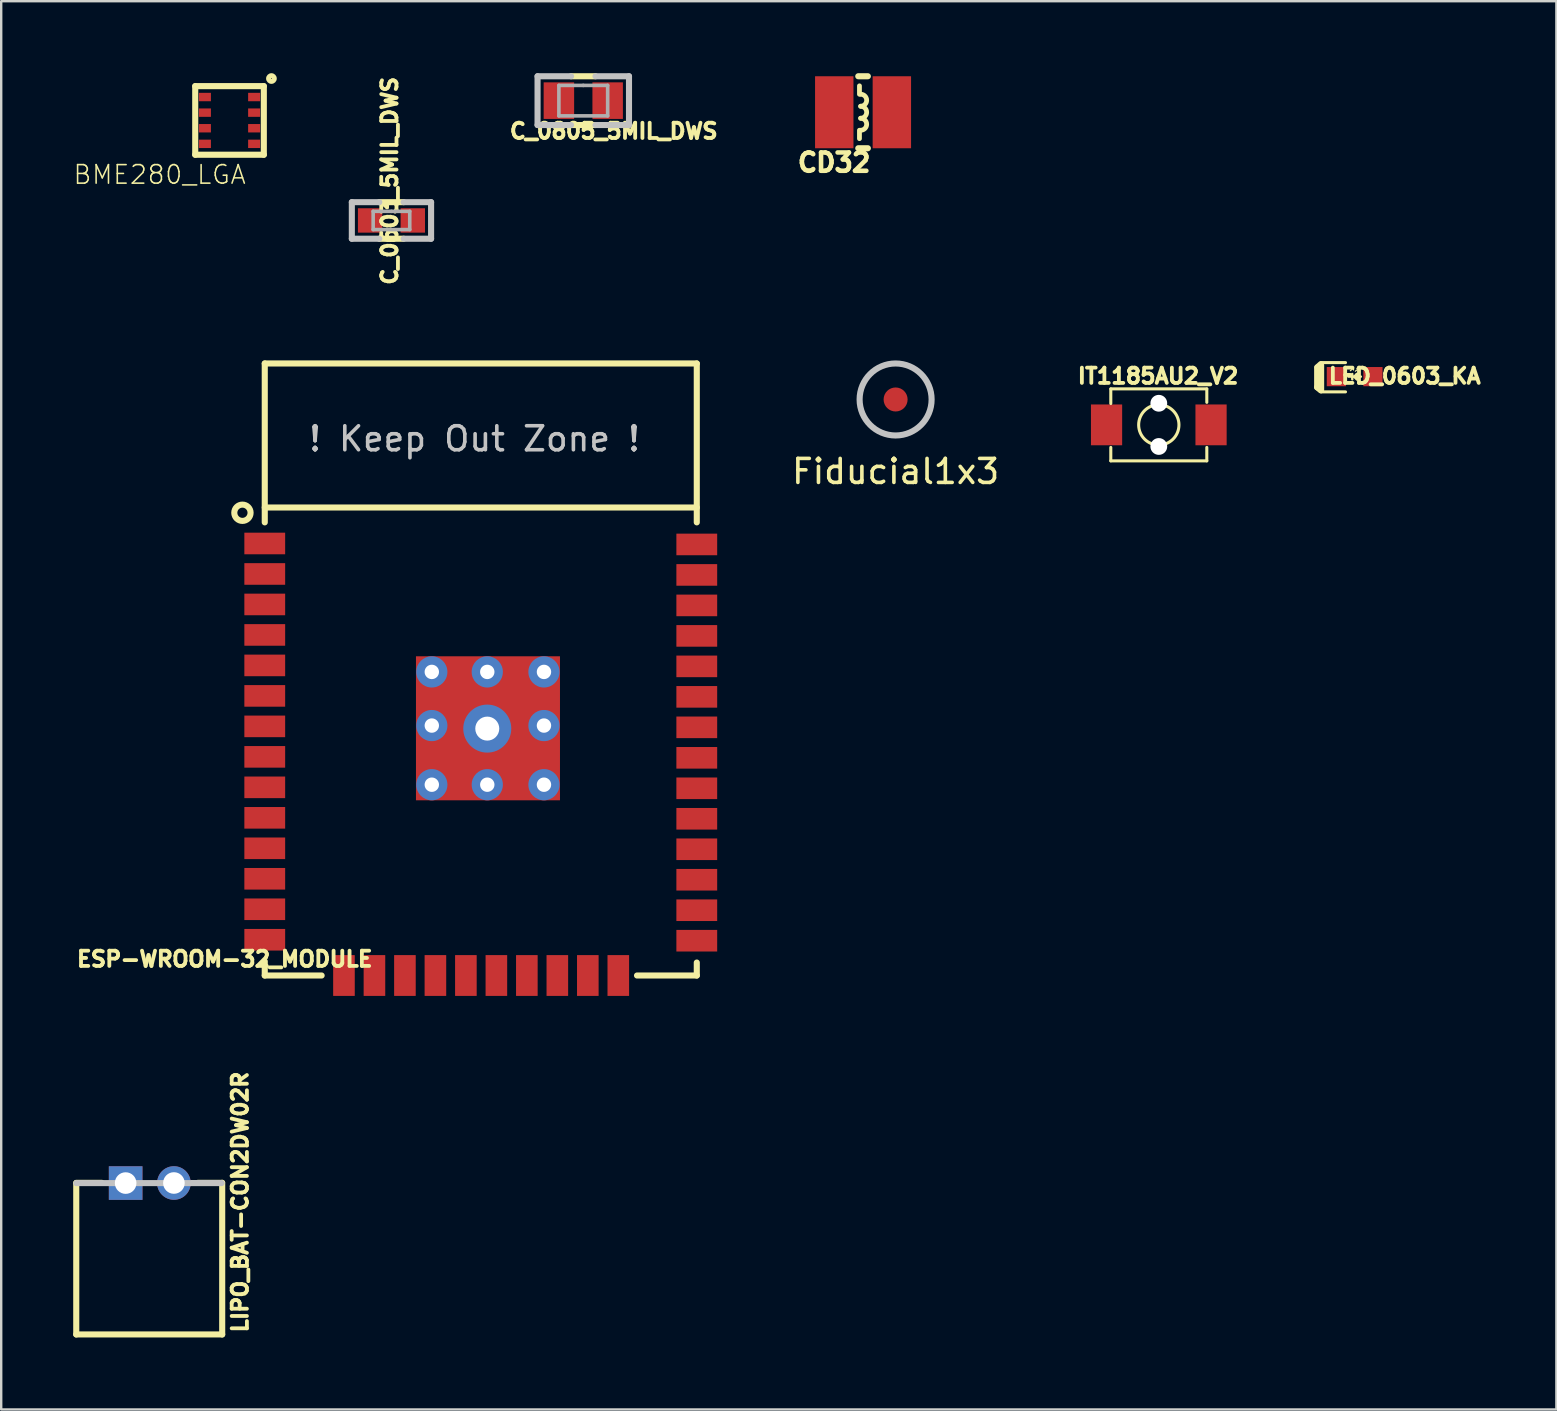
<source format=kicad_pcb>
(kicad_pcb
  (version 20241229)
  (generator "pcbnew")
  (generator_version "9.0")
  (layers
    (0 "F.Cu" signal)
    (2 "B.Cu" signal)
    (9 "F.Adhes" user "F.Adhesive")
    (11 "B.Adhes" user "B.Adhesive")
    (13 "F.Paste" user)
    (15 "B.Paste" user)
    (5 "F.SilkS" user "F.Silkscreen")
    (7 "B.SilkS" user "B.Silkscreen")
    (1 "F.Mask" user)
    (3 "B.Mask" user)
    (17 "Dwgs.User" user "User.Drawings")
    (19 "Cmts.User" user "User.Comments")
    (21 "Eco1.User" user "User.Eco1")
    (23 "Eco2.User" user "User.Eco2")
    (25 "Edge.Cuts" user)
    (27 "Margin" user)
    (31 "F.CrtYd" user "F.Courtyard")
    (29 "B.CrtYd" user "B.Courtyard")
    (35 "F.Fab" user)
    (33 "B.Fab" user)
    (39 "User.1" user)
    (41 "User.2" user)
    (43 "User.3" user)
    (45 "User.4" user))
  (footprint "ESP-WROOM-32_MODULE"
    (layer "F.Cu")
    (at 16.981 24.844)
    (property "Reference" "ESP-WROOM-32_MODULE" (at -10.668 12.065 180) (layer "F.SilkS") (effects (font (size 0.635 0.635) (thickness 0.159))))
    (attr through_hole)
    (fp_line (start -9 -12.75) (end -9 -6.13) (stroke (width 0.254) (type solid)) (layer "F.SilkS"))
    (fp_line (start -9 -12.75) (end 9 -12.75) (stroke (width 0.254) (type solid)) (layer "F.SilkS"))
    (fp_line (start -9 -6.75) (end 9 -6.75) (stroke (width 0.254) (type solid)) (layer "F.SilkS"))
    (fp_line (start -9 12.75) (end -9 12.16) (stroke (width 0.254) (type solid)) (layer "F.SilkS"))
    (fp_line (start -9 12.75) (end -6.63 12.75) (stroke (width 0.254) (type solid)) (layer "F.SilkS"))
    (fp_line (start 9 -12.75) (end 9 -6.13) (stroke (width 0.254) (type solid)) (layer "F.SilkS"))
    (fp_line (start 9 12.75) (end 6.51 12.75) (stroke (width 0.254) (type solid)) (layer "F.SilkS"))
    (fp_line (start 9 12.75) (end 9 12.21) (stroke (width 0.254) (type solid)) (layer "F.SilkS"))
    (fp_circle (center -9.93 -6.53) (end -9.69 -6.77) (stroke (width 0.254) (type solid)) (fill no) (layer "F.SilkS"))
    (fp_text user "! Keep Out Zone !" (at -0.26 -9.61 0) (layer "Dwgs.User") (effects (font (size 1 1) (thickness 0.15))))
    (pad "" smd rect (at -0.999 1.066) (size 1.4 1.4) (layers "F.Paste"))
    (pad "" smd rect (at -0.974 3.733) (size 1.4 1.4) (layers "F.Paste"))
    (pad "" smd rect (at 1.541 1.066) (size 1.4 1.4) (layers "F.Paste"))
    (pad "" smd rect (at 1.566 3.733) (size 1.4 1.4) (layers "F.Paste"))
    (pad "1" smd rect (at -9 -5.25) (size 1.7 0.9) (layers "F.Cu" "F.Mask" "F.Paste"))
    (pad "2" smd rect (at -9 -3.98) (size 1.7 0.9) (layers "F.Cu" "F.Mask" "F.Paste"))
    (pad "3" smd rect (at -9 -2.71) (size 1.7 0.9) (layers "F.Cu" "F.Mask" "F.Paste"))
    (pad "4" smd rect (at -9 -1.44) (size 1.7 0.9) (layers "F.Cu" "F.Mask" "F.Paste"))
    (pad "5" smd rect (at -9 -0.17) (size 1.7 0.9) (layers "F.Cu" "F.Mask" "F.Paste"))
    (pad "6" smd rect (at -9 1.1) (size 1.7 0.9) (layers "F.Cu" "F.Mask" "F.Paste"))
    (pad "7" smd rect (at -9 2.37) (size 1.7 0.9) (layers "F.Cu" "F.Mask" "F.Paste"))
    (pad "8" smd rect (at -9 3.64) (size 1.7 0.9) (layers "F.Cu" "F.Mask" "F.Paste"))
    (pad "9" smd rect (at -9 4.91) (size 1.7 0.9) (layers "F.Cu" "F.Mask" "F.Paste"))
    (pad "10" smd rect (at -9 6.18) (size 1.7 0.9) (layers "F.Cu" "F.Mask" "F.Paste"))
    (pad "11" smd rect (at -9 7.45) (size 1.7 0.9) (layers "F.Cu" "F.Mask" "F.Paste"))
    (pad "12" smd rect (at -9 8.72) (size 1.7 0.9) (layers "F.Cu" "F.Mask" "F.Paste"))
    (pad "13" smd rect (at -9 9.99) (size 1.7 0.9) (layers "F.Cu" "F.Mask" "F.Paste"))
    (pad "14" smd rect (at -9 11.26) (size 1.7 0.9) (layers "F.Cu" "F.Mask" "F.Paste"))
    (pad "15" smd rect (at -5.7 12.75) (size 0.9 1.7) (layers "F.Cu" "F.Mask" "F.Paste"))
    (pad "16" smd rect (at -4.43 12.75) (size 0.9 1.7) (layers "F.Cu" "F.Mask" "F.Paste"))
    (pad "17" smd rect (at -3.16 12.75) (size 0.9 1.7) (layers "F.Cu" "F.Mask" "F.Paste"))
    (pad "18" smd rect (at -1.89 12.75) (size 0.9 1.7) (layers "F.Cu" "F.Mask" "F.Paste"))
    (pad "19" smd rect (at -0.62 12.75) (size 0.9 1.7) (layers "F.Cu" "F.Mask" "F.Paste"))
    (pad "20" smd rect (at 0.65 12.75) (size 0.9 1.7) (layers "F.Cu" "F.Mask" "F.Paste"))
    (pad "21" smd rect (at 1.92 12.75) (size 0.9 1.7) (layers "F.Cu" "F.Mask" "F.Paste"))
    (pad "22" smd rect (at 3.19 12.75) (size 0.9 1.7) (layers "F.Cu" "F.Mask" "F.Paste"))
    (pad "23" smd rect (at 4.46 12.75) (size 0.9 1.7) (layers "F.Cu" "F.Mask" "F.Paste"))
    (pad "24" smd rect (at 5.73 12.75) (size 0.9 1.7) (layers "F.Cu" "F.Mask" "F.Paste"))
    (pad "25" smd rect (at 9 11.3) (size 1.7 0.9) (layers "F.Cu" "F.Mask" "F.Paste"))
    (pad "26" smd rect (at 9 10.03) (size 1.7 0.9) (layers "F.Cu" "F.Mask" "F.Paste"))
    (pad "27" smd rect (at 9 8.76) (size 1.7 0.9) (layers "F.Cu" "F.Mask" "F.Paste"))
    (pad "28" smd rect (at 9 7.49) (size 1.7 0.9) (layers "F.Cu" "F.Mask" "F.Paste"))
    (pad "29" smd rect (at 9 6.22) (size 1.7 0.9) (layers "F.Cu" "F.Mask" "F.Paste"))
    (pad "30" smd rect (at 9 4.95) (size 1.7 0.9) (layers "F.Cu" "F.Mask" "F.Paste"))
    (pad "31" smd rect (at 9 3.68) (size 1.7 0.9) (layers "F.Cu" "F.Mask" "F.Paste"))
    (pad "32" smd rect (at 9 2.41) (size 1.7 0.9) (layers "F.Cu" "F.Mask" "F.Paste"))
    (pad "33" smd rect (at 9 1.14) (size 1.7 0.9) (layers "F.Cu" "F.Mask" "F.Paste"))
    (pad "34" smd rect (at 9 -0.13) (size 1.7 0.9) (layers "F.Cu" "F.Mask" "F.Paste"))
    (pad "35" smd rect (at 9 -1.4) (size 1.7 0.9) (layers "F.Cu" "F.Mask" "F.Paste"))
    (pad "36" smd rect (at 9 -2.67) (size 1.7 0.9) (layers "F.Cu" "F.Mask" "F.Paste"))
    (pad "37" smd rect (at 9 -3.94) (size 1.7 0.9) (layers "F.Cu" "F.Mask" "F.Paste"))
    (pad "38" smd rect (at 9 -5.21) (size 1.7 0.9) (layers "F.Cu" "F.Mask" "F.Paste"))
    (pad "39" thru_hole circle (at -2.04 0.101) (size 1.3 1.3) (drill 0.6) (layers "*.Cu" "*.Mask"))
    (pad "39" thru_hole circle (at -2.04 2.336) (size 1.3 1.3) (drill 0.6) (layers "*.Cu" "*.Mask"))
    (pad "39" thru_hole circle (at -2.04 4.8) (size 1.3 1.3) (drill 0.6) (layers "*.Cu" "*.Mask"))
    (pad "39" thru_hole circle (at 0.271 0.101) (size 1.3 1.3) (drill 0.6) (layers "*.Cu" "*.Mask"))
    (pad "39" thru_hole circle (at 0.271 2.463) (size 2 2) (drill 1) (layers "*.Cu" "*.Mask"))
    (pad "39" thru_hole circle (at 0.271 4.8) (size 1.3 1.3) (drill 0.6) (layers "*.Cu" "*.Mask"))
    (pad "39" smd rect (at 0.3 2.45) (size 6 6) (layers "F.Cu" "F.Mask"))
    (pad "39" thru_hole circle (at 2.633 0.101) (size 1.3 1.3) (drill 0.6) (layers "*.Cu" "*.Mask"))
    (pad "39" thru_hole circle (at 2.633 2.336) (size 1.3 1.3) (drill 0.6) (layers "*.Cu" "*.Mask"))
    (pad "39" thru_hole circle (at 2.633 4.8) (size 1.3 1.3) (drill 0.6) (layers "*.Cu" "*.Mask")))
  (footprint "BME280_LGA"
    (layer "F.Cu")
    (at 6.513 1.968)
    (property "Reference" "BME280_LGA" (at 0.734 1.807 0) (layer "F.SilkS") (effects (font (size 0.772 0.772) (thickness 0.065)) (justify right top)))
    (attr through_hole)
    (fp_line (start -1.429 -1.429) (end 1.429 -1.429) (stroke (width 0.254) (type solid)) (layer "F.SilkS"))
    (fp_line (start -1.429 1.429) (end -1.429 -1.429) (stroke (width 0.254) (type solid)) (layer "F.SilkS"))
    (fp_line (start 1.429 -1.429) (end 1.429 1.429) (stroke (width 0.254) (type solid)) (layer "F.SilkS"))
    (fp_line (start 1.429 1.429) (end -1.429 1.429) (stroke (width 0.254) (type solid)) (layer "F.SilkS"))
    (fp_circle (center 1.746 -1.746) (end 1.784 -1.746) (stroke (width 0.127) (type solid)) (fill no) (layer "F.SilkS"))
    (fp_circle (center 1.746 -1.746) (end 1.826 -1.746) (stroke (width 0.127) (type solid)) (fill no) (layer "F.SilkS"))
    (fp_circle (center 1.746 -1.746) (end 1.905 -1.746) (stroke (width 0.127) (type solid)) (fill no) (layer "F.SilkS"))
    (pad "P$1" smd rect (at 1.025 -0.975) (size 0.5 0.35) (layers "F.Cu" "F.Mask" "F.Paste"))
    (pad "P$2" smd rect (at 1.025 -0.325) (size 0.5 0.35) (layers "F.Cu" "F.Mask" "F.Paste"))
    (pad "P$3" smd rect (at 1.025 0.325) (size 0.5 0.35) (layers "F.Cu" "F.Mask" "F.Paste"))
    (pad "P$4" smd rect (at 1.025 0.975) (size 0.5 0.35) (layers "F.Cu" "F.Mask" "F.Paste"))
    (pad "P$5" smd rect (at -1.025 0.975) (size 0.5 0.35) (layers "F.Cu" "F.Mask" "F.Paste"))
    (pad "P$6" smd rect (at -1.025 0.325) (size 0.5 0.35) (layers "F.Cu" "F.Mask" "F.Paste"))
    (pad "P$7" smd rect (at -1.025 -0.325) (size 0.5 0.35) (layers "F.Cu" "F.Mask" "F.Paste"))
    (pad "P$8" smd rect (at -1.025 -0.975) (size 0.5 0.35) (layers "F.Cu" "F.Mask" "F.Paste")))
  (footprint "Fiducial1x3"
    (layer "F.Cu")
    (at 34.265 13.594)
    (property "Reference" "Fiducial1x3" (at 0 3 0) (layer "F.SilkS") (effects (font (size 1 1) (thickness 0.15))))
    (attr smd)
    (fp_circle (center 0 0) (end 1.5 0) (stroke (width 0.254) (type solid)) (fill no) (layer "Dwgs.User"))
    (pad "Fid1" connect circle (at 0 0) (size 1 1) (layers "F.Cu" "F.Mask")))
  (footprint "LIPO_BAT-CON2DW02R"
    (layer "F.Cu")
    (at 3.193 49.394)
    (property "Reference" "LIPO_BAT-CON2DW02R" (at 3.759 -2.362 90) (layer "F.SilkS") (effects (font (size 0.635 0.635) (thickness 0.159))))
    (attr smd)
    (fp_line (start -3.066 -3.155) (end -3.066 3.155) (stroke (width 0.254) (type solid)) (layer "F.SilkS"))
    (fp_line (start -3.066 3.155) (end 3.015 3.155) (stroke (width 0.254) (type solid)) (layer "F.SilkS"))
    (fp_line (start -3.061 -3.162) (end -2.007 -3.162) (stroke (width 0.254) (type solid)) (layer "F.SilkS"))
    (fp_line (start 2.007 -3.162) (end 3.01 -3.162) (stroke (width 0.254) (type solid)) (layer "F.SilkS"))
    (fp_line (start 3.015 3.155) (end 3.015 -3.162) (stroke (width 0.254) (type solid)) (layer "F.SilkS"))
    (fp_line (start -3.063 -3.15) (end 2.992 -3.152) (stroke (width 0.254) (type solid)) (layer "Dwgs.User"))
    (pad "1" thru_hole rect (at -1.008 -3.152) (size 1.4 1.4) (drill 0.9) (layers "*.Cu" "*.Mask"))
    (pad "2" thru_hole circle (at 1.003 -3.155) (size 1.4 1.4) (drill 0.9) (layers "*.Cu" "*.Mask")))
  (footprint "CD32"
    (layer "F.Cu")
    (at 32.909 1.627)
    (property "Reference" "CD32" (at -1.206 2.095 0) (layer "F.SilkS") (effects (font (size 0.762 0.762) (thickness 0.191))))
    (attr smd)
    (fp_line (start -0.2 -1.5) (end 0.2 -1.5) (stroke (width 0.254) (type solid)) (layer "F.SilkS"))
    (fp_line (start -0.2 1.5) (end 0.2 1.5) (stroke (width 0.254) (type solid)) (layer "F.SilkS"))
    (fp_line (start -0.15 -0.75) (end -0.15 -1.1) (stroke (width 0.2) (type solid)) (layer "F.SilkS"))
    (fp_line (start -0.15 0.75) (end -0.15 1.1) (stroke (width 0.2) (type solid)) (layer "F.SilkS"))
    (fp_arc (start -0.1 -0.75) (mid 0.15 -0.5) (end -0.1 -0.25) (stroke (width 0.2) (type solid)) (layer "F.SilkS"))
    (fp_arc (start -0.1 -0.25) (mid 0.15 0) (end -0.1 0.25) (stroke (width 0.2) (type solid)) (layer "F.SilkS"))
    (fp_arc (start -0.1 0.25) (mid 0.15 0.5) (end -0.1 0.75) (stroke (width 0.2) (type solid)) (layer "F.SilkS"))
    (pad "1" smd rect (at -1.2 0 180) (size 1.6 3) (layers "F.Cu" "F.Mask" "F.Paste"))
    (pad "2" smd rect (at 1.2 0 180) (size 1.6 3) (layers "F.Cu" "F.Mask" "F.Paste")))
  (footprint "C_0805_5MIL_DWS"
    (layer "F.Cu")
    (at 21.252 1.143)
    (property "Reference" "C_0805_5MIL_DWS" (at 1.27 1.27 0) (layer "F.SilkS") (effects (font (size 0.635 0.635) (thickness 0.159))))
    (attr smd)
    (fp_line (start -0.508 -1.016) (end 0.508 -1.016) (stroke (width 0.254) (type solid)) (layer "F.SilkS"))
    (fp_line (start -0.508 1.016) (end 0.508 1.016) (stroke (width 0.254) (type solid)) (layer "F.SilkS"))
    (fp_line (start -1.905 -1.016) (end -1.905 1.016) (stroke (width 0.254) (type solid)) (layer "Dwgs.User"))
    (fp_line (start -0.508 -1.016) (end -1.905 -1.016) (stroke (width 0.254) (type solid)) (layer "Dwgs.User"))
    (fp_line (start -0.508 1.016) (end -1.905 1.016) (stroke (width 0.254) (type solid)) (layer "Dwgs.User"))
    (fp_line (start 1.905 -1.016) (end 0.508 -1.016) (stroke (width 0.254) (type solid)) (layer "Dwgs.User"))
    (fp_line (start 1.905 -1.016) (end 1.905 1.016) (stroke (width 0.254) (type solid)) (layer "Dwgs.User"))
    (fp_line (start 1.905 1.016) (end 0.508 1.016) (stroke (width 0.254) (type solid)) (layer "Dwgs.User"))
    (fp_line (start -1.016 -0.635) (end 0 -0.635) (stroke (width 0.15) (type solid)) (layer "F.Fab"))
    (fp_line (start -1.016 0.635) (end -1.016 -0.635) (stroke (width 0.15) (type solid)) (layer "F.Fab"))
    (fp_line (start 0 -0.635) (end 1.016 -0.635) (stroke (width 0.15) (type solid)) (layer "F.Fab"))
    (fp_line (start 1.016 -0.635) (end 1.016 0.635) (stroke (width 0.15) (type solid)) (layer "F.Fab"))
    (fp_line (start 1.016 0.635) (end -1.016 0.635) (stroke (width 0.15) (type solid)) (layer "F.Fab"))
    (pad "1" smd rect (at -1.016 0 90) (size 1.524 1.27) (layers "F.Cu" "F.Mask" "F.Paste"))
    (pad "2" smd rect (at 1.016 0 90) (size 1.524 1.27) (layers "F.Cu" "F.Mask" "F.Paste")))
  (footprint "LED_0603_KA"
    (layer "F.Cu")
    (at 53.391 12.642)
    (property "Reference" "LED_0603_KA" (at 2.085 -0.025 180) (layer "F.SilkS") (effects (font (size 0.635 0.635) (thickness 0.159))))
    (attr smd)
    (fp_line (start -1.562 0.445) (end -1.562 -0.381) (stroke (width 0.254) (type solid)) (layer "F.SilkS"))
    (fp_line (start -1.41 -0.521) (end -1.549 -0.394) (stroke (width 0.254) (type solid)) (layer "F.SilkS"))
    (fp_line (start -1.41 0.572) (end -1.562 0.445) (stroke (width 0.254) (type solid)) (layer "F.SilkS"))
    (fp_line (start -1.397 -0.584) (end -0.381 -0.584) (stroke (width 0.127) (type solid)) (layer "F.SilkS"))
    (fp_line (start -1.397 -0.483) (end -1.397 0.559) (stroke (width 0.254) (type solid)) (layer "F.SilkS"))
    (fp_line (start -0.381 0.635) (end -1.397 0.635) (stroke (width 0.127) (type solid)) (layer "F.SilkS"))
    (fp_line (start -0.178 -0.246) (end -0.048 -0.356) (stroke (width 0.05) (type solid)) (layer "F.SilkS"))
    (fp_line (start -0.1 0.11) (end -0.1 -0.11) (stroke (width 0.1) (type solid)) (layer "F.SilkS"))
    (fp_line (start -0.046 -0.355) (end -0.126 -0.345) (stroke (width 0.05) (type solid)) (layer "F.SilkS"))
    (fp_line (start -0.046 -0.355) (end -0.046 -0.275) (stroke (width 0.05) (type solid)) (layer "F.SilkS"))
    (fp_line (start 0.029 -0.225) (end 0.159 -0.335) (stroke (width 0.05) (type solid)) (layer "F.SilkS"))
    (fp_line (start 0.09 -0.11) (end -0.01 -0.01) (stroke (width 0.1) (type solid)) (layer "F.SilkS"))
    (fp_line (start 0.09 0.11) (end -0.02 0.01) (stroke (width 0.1) (type solid)) (layer "F.SilkS"))
    (fp_line (start 0.09 0.11) (end 0.09 -0.11) (stroke (width 0.1) (type solid)) (layer "F.SilkS"))
    (fp_line (start 0.169 -0.355) (end 0.089 -0.345) (stroke (width 0.05) (type solid)) (layer "F.SilkS"))
    (fp_line (start 0.169 -0.355) (end 0.169 -0.275) (stroke (width 0.05) (type solid)) (layer "F.SilkS"))
    (fp_line (start 0.26 0) (end -0.26 0) (stroke (width 0.1) (type solid)) (layer "F.SilkS"))
    (fp_line (start -0.229 0.635) (end -0.229 0.533) (stroke (width 0.127) (type solid)) (layer "Eco1.User"))
    (fp_line (start -0.229 0.635) (end -0.127 0.61) (stroke (width 0.127) (type solid)) (layer "Eco1.User"))
    (fp_line (start -0.051 0.406) (end -0.229 0.635) (stroke (width 0.127) (type solid)) (layer "Eco1.User"))
    (fp_line (start 0.051 0.635) (end 0.051 0.533) (stroke (width 0.127) (type solid)) (layer "Eco1.User"))
    (fp_line (start 0.051 0.635) (end 0.152 0.61) (stroke (width 0.127) (type solid)) (layer "Eco1.User"))
    (fp_line (start 0.229 0.406) (end 0.051 0.635) (stroke (width 0.127) (type solid)) (layer "Eco1.User"))
    (fp_line (start 1.397 -0.584) (end 0.381 -0.584) (stroke (width 0.127) (type solid)) (layer "Eco1.User"))
    (fp_line (start 1.397 0.584) (end 0.381 0.584) (stroke (width 0.127) (type solid)) (layer "Eco1.User"))
    (fp_line (start 1.397 0.584) (end 1.397 -0.584) (stroke (width 0.127) (type solid)) (layer "Eco1.User"))
    (pad "1" smd rect (at -0.762 0 180) (size 0.8 0.8) (layers "F.Cu" "F.Mask" "F.Paste"))
    (pad "2" smd rect (at 0.762 0 180) (size 0.8 0.8) (layers "F.Cu" "F.Mask" "F.Paste")))
  (footprint "IT1185AU2_V2"
    (layer "F.Cu")
    (at 45.231 14.652)
    (property "Reference" "IT1185AU2_V2" (at -0.03 -2.035 180) (layer "F.SilkS") (effects (font (size 0.635 0.635) (thickness 0.159))))
    (attr smd)
    (fp_line (start -2 -1.5) (end 2 -1.5) (stroke (width 0.127) (type solid)) (layer "F.SilkS"))
    (fp_line (start -2 -1.498) (end -2 -0.888) (stroke (width 0.127) (type solid)) (layer "F.SilkS"))
    (fp_line (start -2 0.939) (end -2 1.498) (stroke (width 0.127) (type solid)) (layer "F.SilkS"))
    (fp_line (start -2 1.5) (end 2 1.5) (stroke (width 0.127) (type solid)) (layer "F.SilkS"))
    (fp_line (start 2 -1.497) (end 2 -0.938) (stroke (width 0.127) (type solid)) (layer "F.SilkS"))
    (fp_line (start 2 0.939) (end 2 1.498) (stroke (width 0.127) (type solid)) (layer "F.SilkS"))
    (fp_circle (center 0 0) (end 0.838 0.051) (stroke (width 0.127) (type solid)) (fill no) (layer "F.SilkS"))
    (pad "" smd rect (at -2.39 0) (size 1.327 1.754) (layers "F.Paste"))
    (pad "" np_thru_hole circle (at 0 -0.9) (size 0.7 0.7) (drill 0.7) (layers "*.Cu" "*.Mask"))
    (pad "" np_thru_hole circle (at 0 0.9) (size 0.7 0.7) (drill 0.7) (layers "*.Cu" "*.Mask"))
    (pad "" smd rect (at 2.39 0) (size 1.327 1.754) (layers "F.Paste"))
    (pad "1" smd rect (at -2.177 0) (size 1.3 1.7) (layers "F.Cu" "F.Mask"))
    (pad "2" smd rect (at 2.177 0) (size 1.3 1.7) (layers "F.Cu" "F.Mask")))
  (footprint "C_0603_5MIL_DWS"
    (layer "F.Cu")
    (at 13.26 6.135)
    (property "Reference" "C_0603_5MIL_DWS" (at -0.076 -1.651 90) (layer "F.SilkS") (effects (font (size 0.635 0.635) (thickness 0.159))))
    (attr smd)
    (fp_line (start -0.508 -0.762) (end 0.508 -0.762) (stroke (width 0.254) (type solid)) (layer "F.SilkS"))
    (fp_line (start -0.508 0.762) (end 0.508 0.762) (stroke (width 0.254) (type solid)) (layer "F.SilkS"))
    (fp_line (start -1.651 -0.762) (end -1.651 0.762) (stroke (width 0.254) (type solid)) (layer "Dwgs.User"))
    (fp_line (start -1.651 0.762) (end -0.508 0.762) (stroke (width 0.254) (type solid)) (layer "Dwgs.User"))
    (fp_line (start -0.508 -0.762) (end -1.651 -0.762) (stroke (width 0.254) (type solid)) (layer "Dwgs.User"))
    (fp_line (start 0.508 -0.762) (end 1.651 -0.762) (stroke (width 0.254) (type solid)) (layer "Dwgs.User"))
    (fp_line (start 1.651 -0.762) (end 1.651 0.762) (stroke (width 0.254) (type solid)) (layer "Dwgs.User"))
    (fp_line (start 1.651 0.762) (end 0.508 0.762) (stroke (width 0.254) (type solid)) (layer "Dwgs.User"))
    (fp_line (start -0.762 -0.381) (end -0.762 0.381) (stroke (width 0.15) (type solid)) (layer "F.Fab"))
    (fp_line (start -0.762 0.381) (end 0.762 0.381) (stroke (width 0.15) (type solid)) (layer "F.Fab"))
    (fp_line (start 0 -0.381) (end -0.762 -0.381) (stroke (width 0.15) (type solid)) (layer "F.Fab"))
    (fp_line (start 0.762 -0.381) (end 0 -0.381) (stroke (width 0.15) (type solid)) (layer "F.Fab"))
    (fp_line (start 0.762 0.381) (end 0.762 -0.381) (stroke (width 0.15) (type solid)) (layer "F.Fab"))
    (pad "1" smd rect (at -0.889 0) (size 1.016 1.016) (layers "F.Cu" "F.Mask" "F.Paste"))
    (pad "2" smd rect (at 0.889 0) (size 1.016 1.016) (layers "F.Cu" "F.Mask" "F.Paste")))
  (gr_rect
    (start -3 -3)
    (end 61.796 55.675)
    (stroke (width 0.1) (type default))
    (fill no)
    (layer "Edge.Cuts")))
</source>
